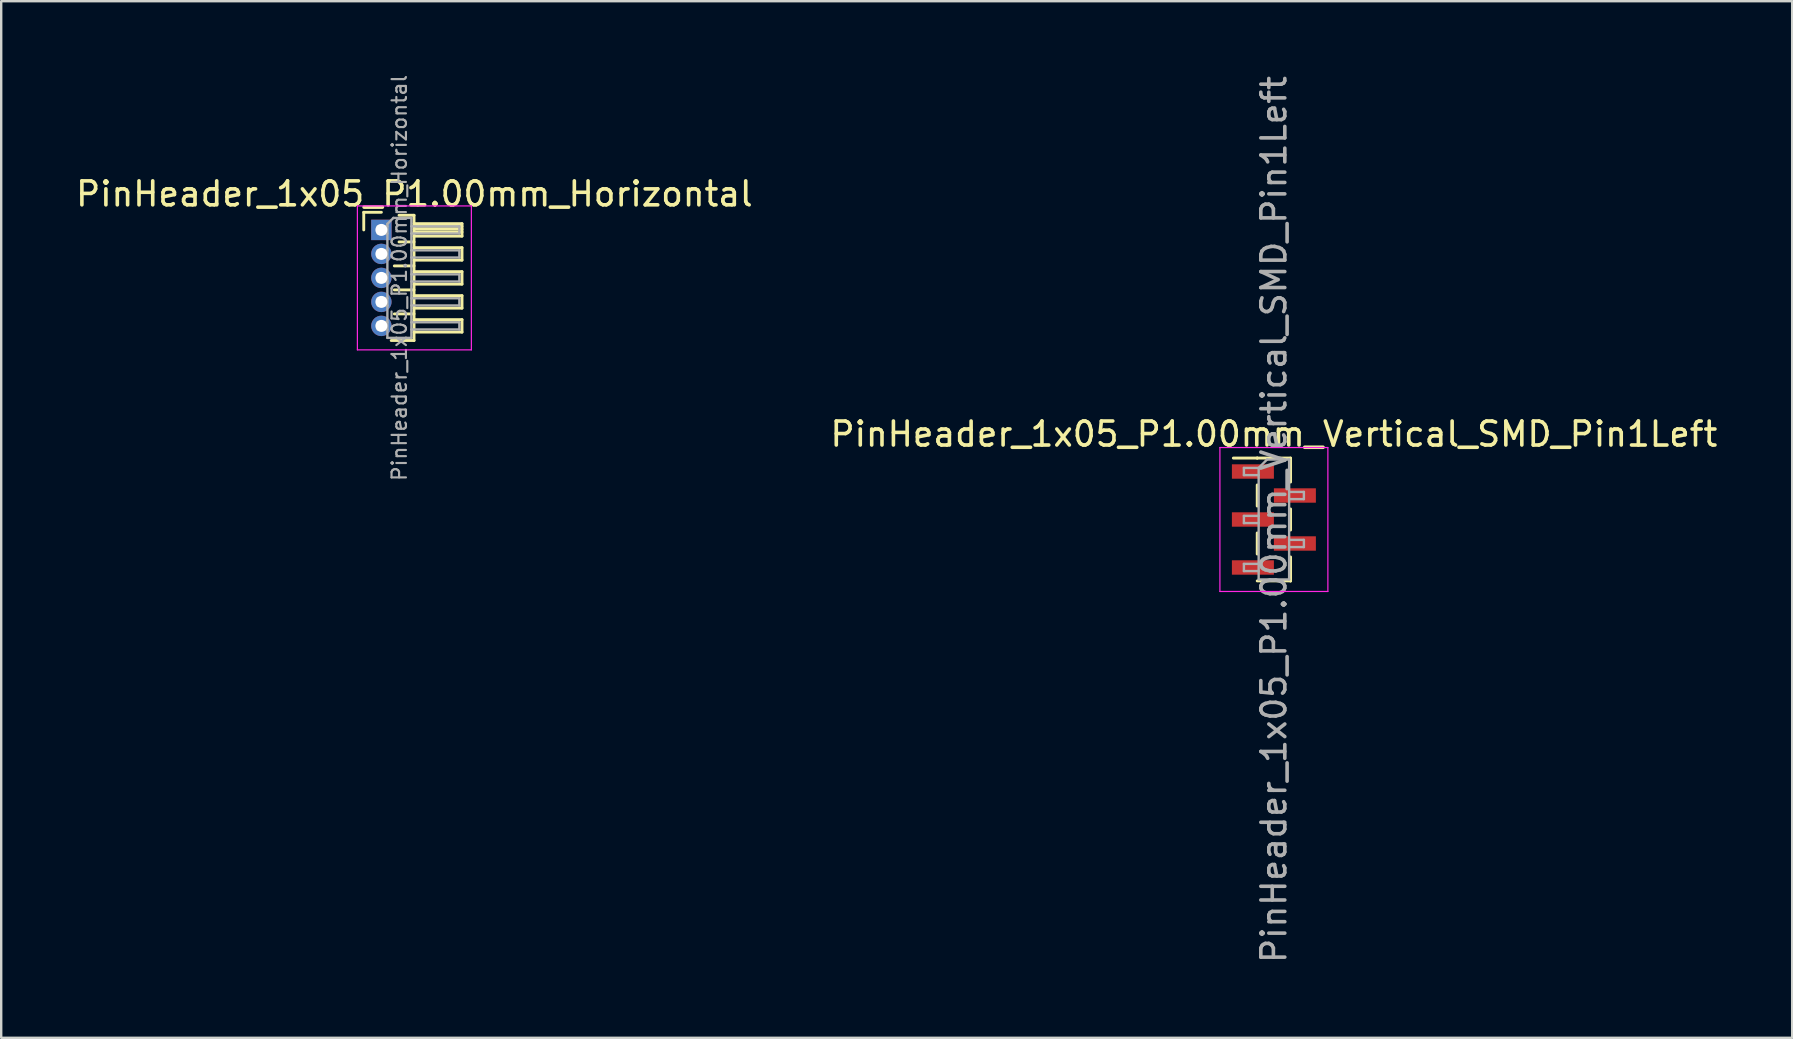
<source format=kicad_pcb>
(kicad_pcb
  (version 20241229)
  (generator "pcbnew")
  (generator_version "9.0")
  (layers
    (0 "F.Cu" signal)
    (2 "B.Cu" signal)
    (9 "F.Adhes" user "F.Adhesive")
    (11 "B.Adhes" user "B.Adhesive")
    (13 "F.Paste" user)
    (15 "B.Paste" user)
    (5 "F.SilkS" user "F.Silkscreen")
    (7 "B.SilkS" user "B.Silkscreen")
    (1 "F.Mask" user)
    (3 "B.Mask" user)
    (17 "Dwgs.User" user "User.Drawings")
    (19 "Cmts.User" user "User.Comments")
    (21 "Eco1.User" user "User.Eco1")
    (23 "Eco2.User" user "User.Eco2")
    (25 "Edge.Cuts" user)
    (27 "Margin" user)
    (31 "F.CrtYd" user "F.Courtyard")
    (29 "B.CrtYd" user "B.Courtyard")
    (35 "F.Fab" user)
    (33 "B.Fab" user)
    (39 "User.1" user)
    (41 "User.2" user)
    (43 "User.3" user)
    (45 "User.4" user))
  (footprint "PinHeader_1x05_P1.00mm_Horizontal"
    (layer "F.Cu")
    (at 12.845 6.532)
    (property "Reference" "PinHeader_1x05_P1.00mm_Horizontal" (at 1.375 -1.5 0) (layer "F.SilkS") (effects (font (size 1 1) (thickness 0.15))))
    (attr through_hole)
    (fp_line (start -0.735 -0.735) (end 0 -0.735) (stroke (width 0.12) (type solid)) (layer "F.SilkS"))
    (fp_line (start -0.735 0) (end -0.735 -0.735) (stroke (width 0.12) (type solid)) (layer "F.SilkS"))
    (fp_line (start 0.539 1.5) (end 1.36 1.5) (stroke (width 0.12) (type solid)) (layer "F.SilkS"))
    (fp_line (start 0.539 2.5) (end 1.36 2.5) (stroke (width 0.12) (type solid)) (layer "F.SilkS"))
    (fp_line (start 0.539 3.5) (end 1.36 3.5) (stroke (width 0.12) (type solid)) (layer "F.SilkS"))
    (fp_line (start 0.735 -0.61) (end 1.36 -0.61) (stroke (width 0.12) (type solid)) (layer "F.SilkS"))
    (fp_line (start 0.735 0.5) (end 1.36 0.5) (stroke (width 0.12) (type solid)) (layer "F.SilkS"))
    (fp_line (start 1.36 -0.61) (end 1.36 4.61) (stroke (width 0.12) (type solid)) (layer "F.SilkS"))
    (fp_line (start 1.36 -0.26) (end 3.36 -0.26) (stroke (width 0.12) (type solid)) (layer "F.SilkS"))
    (fp_line (start 1.36 -0.15) (end 3.36 -0.15) (stroke (width 0.12) (type solid)) (layer "F.SilkS"))
    (fp_line (start 1.36 -0.03) (end 3.36 -0.03) (stroke (width 0.12) (type solid)) (layer "F.SilkS"))
    (fp_line (start 1.36 0.09) (end 3.36 0.09) (stroke (width 0.12) (type solid)) (layer "F.SilkS"))
    (fp_line (start 1.36 0.74) (end 3.36 0.74) (stroke (width 0.12) (type solid)) (layer "F.SilkS"))
    (fp_line (start 1.36 1.74) (end 3.36 1.74) (stroke (width 0.12) (type solid)) (layer "F.SilkS"))
    (fp_line (start 1.36 2.74) (end 3.36 2.74) (stroke (width 0.12) (type solid)) (layer "F.SilkS"))
    (fp_line (start 1.36 3.74) (end 3.36 3.74) (stroke (width 0.12) (type solid)) (layer "F.SilkS"))
    (fp_line (start 1.36 4.61) (end 0.41 4.61) (stroke (width 0.12) (type solid)) (layer "F.SilkS"))
    (fp_line (start 3.36 -0.26) (end 3.36 0.26) (stroke (width 0.12) (type solid)) (layer "F.SilkS"))
    (fp_line (start 3.36 0.26) (end 1.36 0.26) (stroke (width 0.12) (type solid)) (layer "F.SilkS"))
    (fp_line (start 3.36 0.74) (end 3.36 1.26) (stroke (width 0.12) (type solid)) (layer "F.SilkS"))
    (fp_line (start 3.36 1.26) (end 1.36 1.26) (stroke (width 0.12) (type solid)) (layer "F.SilkS"))
    (fp_line (start 3.36 1.74) (end 3.36 2.26) (stroke (width 0.12) (type solid)) (layer "F.SilkS"))
    (fp_line (start 3.36 2.26) (end 1.36 2.26) (stroke (width 0.12) (type solid)) (layer "F.SilkS"))
    (fp_line (start 3.36 2.74) (end 3.36 3.26) (stroke (width 0.12) (type solid)) (layer "F.SilkS"))
    (fp_line (start 3.36 3.26) (end 1.36 3.26) (stroke (width 0.12) (type solid)) (layer "F.SilkS"))
    (fp_line (start 3.36 3.74) (end 3.36 4.26) (stroke (width 0.12) (type solid)) (layer "F.SilkS"))
    (fp_line (start 3.36 4.26) (end 1.36 4.26) (stroke (width 0.12) (type solid)) (layer "F.SilkS"))
    (fp_line (start -1 -1) (end -1 5) (stroke (width 0.05) (type solid)) (layer "F.CrtYd"))
    (fp_line (start -1 5) (end 3.75 5) (stroke (width 0.05) (type solid)) (layer "F.CrtYd"))
    (fp_line (start 3.75 -1) (end -1 -1) (stroke (width 0.05) (type solid)) (layer "F.CrtYd"))
    (fp_line (start 3.75 5) (end 3.75 -1) (stroke (width 0.05) (type solid)) (layer "F.CrtYd"))
    (fp_line (start -0.15 -0.15) (end -0.15 0.15) (stroke (width 0.1) (type solid)) (layer "F.Fab"))
    (fp_line (start -0.15 -0.15) (end 0.25 -0.15) (stroke (width 0.1) (type solid)) (layer "F.Fab"))
    (fp_line (start -0.15 0.15) (end 0.25 0.15) (stroke (width 0.1) (type solid)) (layer "F.Fab"))
    (fp_line (start -0.15 0.85) (end -0.15 1.15) (stroke (width 0.1) (type solid)) (layer "F.Fab"))
    (fp_line (start -0.15 0.85) (end 0.25 0.85) (stroke (width 0.1) (type solid)) (layer "F.Fab"))
    (fp_line (start -0.15 1.15) (end 0.25 1.15) (stroke (width 0.1) (type solid)) (layer "F.Fab"))
    (fp_line (start -0.15 1.85) (end -0.15 2.15) (stroke (width 0.1) (type solid)) (layer "F.Fab"))
    (fp_line (start -0.15 1.85) (end 0.25 1.85) (stroke (width 0.1) (type solid)) (layer "F.Fab"))
    (fp_line (start -0.15 2.15) (end 0.25 2.15) (stroke (width 0.1) (type solid)) (layer "F.Fab"))
    (fp_line (start -0.15 2.85) (end -0.15 3.15) (stroke (width 0.1) (type solid)) (layer "F.Fab"))
    (fp_line (start -0.15 2.85) (end 0.25 2.85) (stroke (width 0.1) (type solid)) (layer "F.Fab"))
    (fp_line (start -0.15 3.15) (end 0.25 3.15) (stroke (width 0.1) (type solid)) (layer "F.Fab"))
    (fp_line (start -0.15 3.85) (end -0.15 4.15) (stroke (width 0.1) (type solid)) (layer "F.Fab"))
    (fp_line (start -0.15 3.85) (end 0.25 3.85) (stroke (width 0.1) (type solid)) (layer "F.Fab"))
    (fp_line (start -0.15 4.15) (end 0.25 4.15) (stroke (width 0.1) (type solid)) (layer "F.Fab"))
    (fp_line (start 0.25 -0.25) (end 0.5 -0.5) (stroke (width 0.1) (type solid)) (layer "F.Fab"))
    (fp_line (start 0.25 4.5) (end 0.25 -0.25) (stroke (width 0.1) (type solid)) (layer "F.Fab"))
    (fp_line (start 0.5 -0.5) (end 1.25 -0.5) (stroke (width 0.1) (type solid)) (layer "F.Fab"))
    (fp_line (start 1.25 -0.5) (end 1.25 4.5) (stroke (width 0.1) (type solid)) (layer "F.Fab"))
    (fp_line (start 1.25 -0.15) (end 3.25 -0.15) (stroke (width 0.1) (type solid)) (layer "F.Fab"))
    (fp_line (start 1.25 0.15) (end 3.25 0.15) (stroke (width 0.1) (type solid)) (layer "F.Fab"))
    (fp_line (start 1.25 0.85) (end 3.25 0.85) (stroke (width 0.1) (type solid)) (layer "F.Fab"))
    (fp_line (start 1.25 1.15) (end 3.25 1.15) (stroke (width 0.1) (type solid)) (layer "F.Fab"))
    (fp_line (start 1.25 1.85) (end 3.25 1.85) (stroke (width 0.1) (type solid)) (layer "F.Fab"))
    (fp_line (start 1.25 2.15) (end 3.25 2.15) (stroke (width 0.1) (type solid)) (layer "F.Fab"))
    (fp_line (start 1.25 2.85) (end 3.25 2.85) (stroke (width 0.1) (type solid)) (layer "F.Fab"))
    (fp_line (start 1.25 3.15) (end 3.25 3.15) (stroke (width 0.1) (type solid)) (layer "F.Fab"))
    (fp_line (start 1.25 3.85) (end 3.25 3.85) (stroke (width 0.1) (type solid)) (layer "F.Fab"))
    (fp_line (start 1.25 4.15) (end 3.25 4.15) (stroke (width 0.1) (type solid)) (layer "F.Fab"))
    (fp_line (start 1.25 4.5) (end 0.25 4.5) (stroke (width 0.1) (type solid)) (layer "F.Fab"))
    (fp_line (start 3.25 -0.15) (end 3.25 0.15) (stroke (width 0.1) (type solid)) (layer "F.Fab"))
    (fp_line (start 3.25 0.85) (end 3.25 1.15) (stroke (width 0.1) (type solid)) (layer "F.Fab"))
    (fp_line (start 3.25 1.85) (end 3.25 2.15) (stroke (width 0.1) (type solid)) (layer "F.Fab"))
    (fp_line (start 3.25 2.85) (end 3.25 3.15) (stroke (width 0.1) (type solid)) (layer "F.Fab"))
    (fp_line (start 3.25 3.85) (end 3.25 4.15) (stroke (width 0.1) (type solid)) (layer "F.Fab"))
    (fp_text user "${REFERENCE}" (at 0.75 2 90) (layer "F.Fab") (effects (font (size 0.6 0.6) (thickness 0.09))))
    (pad "1" thru_hole rect (at 0 0) (size 0.85 0.85) (drill 0.5) (layers "*.Cu" "*.Mask"))
    (pad "2" thru_hole circle (at 0 1) (size 0.85 0.85) (drill 0.5) (layers "*.Cu" "*.Mask"))
    (pad "3" thru_hole circle (at 0 2) (size 0.85 0.85) (drill 0.5) (layers "*.Cu" "*.Mask"))
    (pad "4" thru_hole circle (at 0 3) (size 0.85 0.85) (drill 0.5) (layers "*.Cu" "*.Mask"))
    (pad "5" thru_hole circle (at 0 4) (size 0.85 0.85) (drill 0.5) (layers "*.Cu" "*.Mask")))
  (footprint "PinHeader_1x05_P1.00mm_Vertical_SMD_Pin1Left"
    (layer "F.Cu")
    (at 50.042 18.601)
    (property "Reference" "PinHeader_1x05_P1.00mm_Vertical_SMD_Pin1Left" (at 0 -3.56 0) (layer "F.SilkS") (effects (font (size 1 1) (thickness 0.15))))
    (attr smd)
    (fp_line (start -0.695 -2.56) (end -1.69 -2.56) (stroke (width 0.12) (type solid)) (layer "F.SilkS"))
    (fp_line (start -0.695 -2.56) (end -0.695 -2.56) (stroke (width 0.12) (type solid)) (layer "F.SilkS"))
    (fp_line (start -0.695 -2.56) (end 0.695 -2.56) (stroke (width 0.12) (type solid)) (layer "F.SilkS"))
    (fp_line (start -0.695 -1.44) (end -0.695 -0.56) (stroke (width 0.12) (type solid)) (layer "F.SilkS"))
    (fp_line (start -0.695 0.56) (end -0.695 1.44) (stroke (width 0.12) (type solid)) (layer "F.SilkS"))
    (fp_line (start -0.695 2.56) (end 0.695 2.56) (stroke (width 0.12) (type solid)) (layer "F.SilkS"))
    (fp_line (start 0.695 -2.56) (end 0.695 -1.56) (stroke (width 0.12) (type solid)) (layer "F.SilkS"))
    (fp_line (start 0.695 -0.44) (end 0.695 0.44) (stroke (width 0.12) (type solid)) (layer "F.SilkS"))
    (fp_line (start 0.695 1.56) (end 0.695 2.56) (stroke (width 0.12) (type solid)) (layer "F.SilkS"))
    (fp_line (start 0.695 2.56) (end 0.695 2.56) (stroke (width 0.12) (type solid)) (layer "F.SilkS"))
    (fp_line (start -2.25 -3) (end -2.25 3) (stroke (width 0.05) (type solid)) (layer "F.CrtYd"))
    (fp_line (start -2.25 3) (end 2.25 3) (stroke (width 0.05) (type solid)) (layer "F.CrtYd"))
    (fp_line (start 2.25 -3) (end -2.25 -3) (stroke (width 0.05) (type solid)) (layer "F.CrtYd"))
    (fp_line (start 2.25 3) (end 2.25 -3) (stroke (width 0.05) (type solid)) (layer "F.CrtYd"))
    (fp_line (start -1.25 -2.15) (end -1.25 -1.85) (stroke (width 0.1) (type solid)) (layer "F.Fab"))
    (fp_line (start -1.25 -1.85) (end -0.635 -1.85) (stroke (width 0.1) (type solid)) (layer "F.Fab"))
    (fp_line (start -1.25 -0.15) (end -1.25 0.15) (stroke (width 0.1) (type solid)) (layer "F.Fab"))
    (fp_line (start -1.25 0.15) (end -0.635 0.15) (stroke (width 0.1) (type solid)) (layer "F.Fab"))
    (fp_line (start -1.25 1.85) (end -1.25 2.15) (stroke (width 0.1) (type solid)) (layer "F.Fab"))
    (fp_line (start -1.25 2.15) (end -0.635 2.15) (stroke (width 0.1) (type solid)) (layer "F.Fab"))
    (fp_line (start -0.635 -2.15) (end -1.25 -2.15) (stroke (width 0.1) (type solid)) (layer "F.Fab"))
    (fp_line (start -0.635 -2.15) (end -0.285 -2.5) (stroke (width 0.1) (type solid)) (layer "F.Fab"))
    (fp_line (start -0.635 -0.15) (end -1.25 -0.15) (stroke (width 0.1) (type solid)) (layer "F.Fab"))
    (fp_line (start -0.635 1.85) (end -1.25 1.85) (stroke (width 0.1) (type solid)) (layer "F.Fab"))
    (fp_line (start -0.635 2.5) (end -0.635 -2.15) (stroke (width 0.1) (type solid)) (layer "F.Fab"))
    (fp_line (start -0.285 -2.5) (end 0.635 -2.5) (stroke (width 0.1) (type solid)) (layer "F.Fab"))
    (fp_line (start 0.635 -2.5) (end 0.635 2.5) (stroke (width 0.1) (type solid)) (layer "F.Fab"))
    (fp_line (start 0.635 -1.15) (end 1.25 -1.15) (stroke (width 0.1) (type solid)) (layer "F.Fab"))
    (fp_line (start 0.635 0.85) (end 1.25 0.85) (stroke (width 0.1) (type solid)) (layer "F.Fab"))
    (fp_line (start 0.635 2.5) (end -0.635 2.5) (stroke (width 0.1) (type solid)) (layer "F.Fab"))
    (fp_line (start 1.25 -1.15) (end 1.25 -0.85) (stroke (width 0.1) (type solid)) (layer "F.Fab"))
    (fp_line (start 1.25 -0.85) (end 0.635 -0.85) (stroke (width 0.1) (type solid)) (layer "F.Fab"))
    (fp_line (start 1.25 0.85) (end 1.25 1.15) (stroke (width 0.1) (type solid)) (layer "F.Fab"))
    (fp_line (start 1.25 1.15) (end 0.635 1.15) (stroke (width 0.1) (type solid)) (layer "F.Fab"))
    (fp_text user "${REFERENCE}" (at 0 0 90) (layer "F.Fab") (effects (font (size 1 1) (thickness 0.15))))
    (pad "1" smd rect (at -0.875 -2) (size 1.75 0.6) (layers "F.Cu" "F.Mask" "F.Paste"))
    (pad "2" smd rect (at 0.875 -1) (size 1.75 0.6) (layers "F.Cu" "F.Mask" "F.Paste"))
    (pad "3" smd rect (at -0.875 0) (size 1.75 0.6) (layers "F.Cu" "F.Mask" "F.Paste"))
    (pad "4" smd rect (at 0.875 1) (size 1.75 0.6) (layers "F.Cu" "F.Mask" "F.Paste"))
    (pad "5" smd rect (at -0.875 2) (size 1.75 0.6) (layers "F.Cu" "F.Mask" "F.Paste")))
  (gr_rect
    (start -3 -3)
    (end 71.643 40.202)
    (stroke (width 0.1) (type default))
    (fill no)
    (layer "Edge.Cuts")))
</source>
